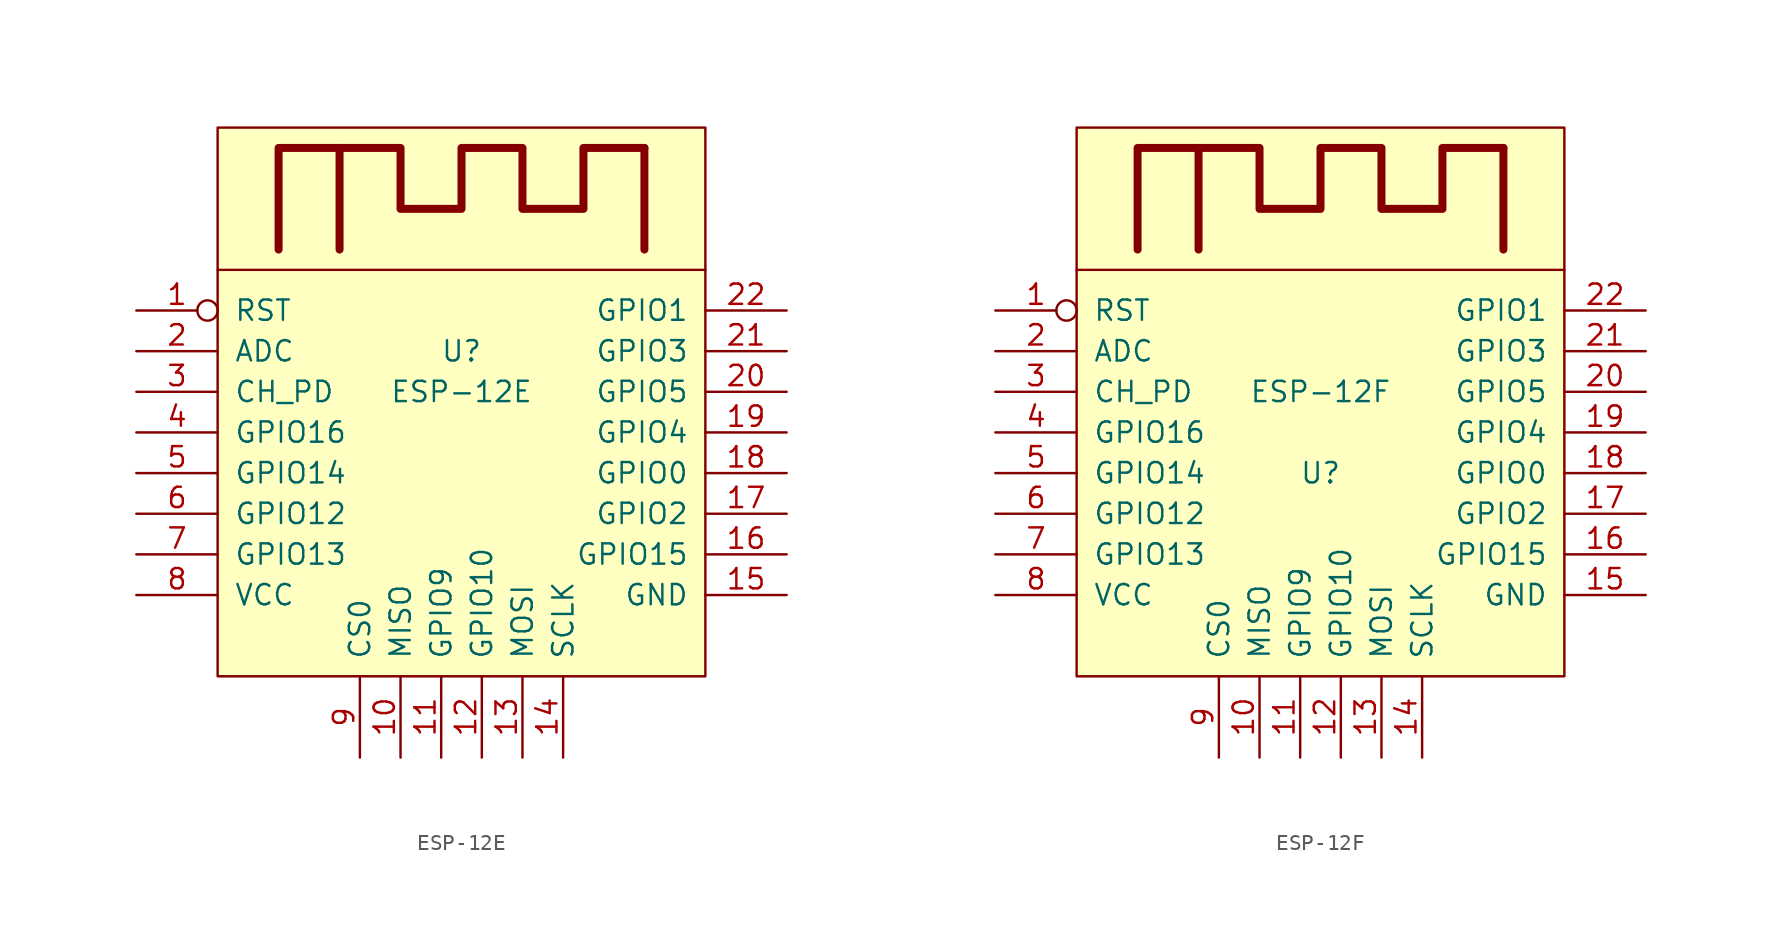
<source format=kicad_sym>
(kicad_symbol_lib
  (version 20211014)
  (generator kicad_symbol_editor)
  (symbol "ESP-12E"
    (pin_names
      (offset 1.016))
    (property "Reference" "U"
      (at 0 5.08 0)
      (effects (font (size 1.27 1.27))))
    (property "Value" "ESP-12E"
      (at 0 2.54 0)
      (effects (font (size 1.27 1.27))))
    (symbol "ESP-12E_0_1"
      (polyline (pts (xy -15.24 10.16) (xy 15.24 10.16)) (stroke (width 0.152) (type default)) (fill (type none)))
      (polyline (pts (xy 11.43 17.78) (xy 11.43 11.43)) (stroke (width 0.5) (type default)) (fill (type none)))
      (polyline (pts (xy -11.43 11.43) (xy -11.43 17.78) (xy -7.62 17.78) (xy -7.62 11.43)) (stroke (width 0.5) (type default)) (fill (type none)))
      (polyline (pts (xy -7.62 17.78) (xy -3.81 17.78) (xy -3.81 13.97) (xy 0 13.97) (xy 0 17.78) (xy 3.81 17.78) (xy 3.81 13.97) (xy 7.62 13.97) (xy 7.62 17.78) (xy 11.43 17.78)) (stroke (width 0.5) (type default)) (fill (type none))))
    (symbol "ESP-12E_1_0"
      (rectangle (start -15.24 19.05) (end 15.24 -15.24) (stroke (width 0) (type default)) (fill (type background))))
    (symbol "ESP-12E_1_1"
      (pin input inverted (at -20.32 7.62 0) (length 5.08) (name "RST" (effects (font (size 1.27 1.27)))) (number "1" (effects (font (size 1.27 1.27)))))
      (pin bidirectional line (at -3.81 -20.32 90) (length 5.08) (name "MISO" (effects (font (size 1.27 1.27)))) (number "10" (effects (font (size 1.27 1.27)))))
      (pin bidirectional line (at -1.27 -20.32 90) (length 5.08) (name "GPIO9" (effects (font (size 1.27 1.27)))) (number "11" (effects (font (size 1.27 1.27)))))
      (pin bidirectional line (at 1.27 -20.32 90) (length 5.08) (name "GPIO10" (effects (font (size 1.27 1.27)))) (number "12" (effects (font (size 1.27 1.27)))))
      (pin bidirectional line (at 3.81 -20.32 90) (length 5.08) (name "MOSI" (effects (font (size 1.27 1.27)))) (number "13" (effects (font (size 1.27 1.27)))))
      (pin bidirectional line (at 6.35 -20.32 90) (length 5.08) (name "SCLK" (effects (font (size 1.27 1.27)))) (number "14" (effects (font (size 1.27 1.27)))))
      (pin power_in line (at 20.32 -10.16 180) (length 5.08) (name "GND" (effects (font (size 1.27 1.27)))) (number "15" (effects (font (size 1.27 1.27)))))
      (pin bidirectional line (at 20.32 -7.62 180) (length 5.08) (name "GPIO15" (effects (font (size 1.27 1.27)))) (number "16" (effects (font (size 1.27 1.27)))) (alternate "HSPI_CS" bidirectional line) (alternate "MTDO" bidirectional line) (alternate "UART0_RTS" input line))
      (pin bidirectional line (at 20.32 -5.08 180) (length 5.08) (name "GPIO2" (effects (font (size 1.27 1.27)))) (number "17" (effects (font (size 1.27 1.27)))) (alternate "UART1_TXD" output line))
      (pin bidirectional line (at 20.32 -2.54 180) (length 5.08) (name "GPIO0" (effects (font (size 1.27 1.27)))) (number "18" (effects (font (size 1.27 1.27)))) (alternate "HSPI_MISO" input line) (alternate "I2SI_DATA" bidirectional line))
      (pin bidirectional line (at 20.32 0 180) (length 5.08) (name "GPIO4" (effects (font (size 1.27 1.27)))) (number "19" (effects (font (size 1.27 1.27)))) (alternate "SDA" bidirectional line))
      (pin passive line (at -20.32 5.08 0) (length 5.08) (name "ADC" (effects (font (size 1.27 1.27)))) (number "2" (effects (font (size 1.27 1.27)))))
      (pin bidirectional line (at 20.32 2.54 180) (length 5.08) (name "GPIO5" (effects (font (size 1.27 1.27)))) (number "20" (effects (font (size 1.27 1.27)))) (alternate "IR_R" output line) (alternate "SCL" input line))
      (pin input line (at 20.32 5.08 180) (length 5.08) (name "GPIO3" (effects (font (size 1.27 1.27)))) (number "21" (effects (font (size 1.27 1.27)))) (alternate "UART0_RXD" input line))
      (pin output line (at 20.32 7.62 180) (length 5.08) (name "GPIO1" (effects (font (size 1.27 1.27)))) (number "22" (effects (font (size 1.27 1.27)))) (alternate "UART0_TXD" output line))
      (pin input line (at -20.32 2.54 0) (length 5.08) (name "CH_PD" (effects (font (size 1.27 1.27)))) (number "3" (effects (font (size 1.27 1.27)))))
      (pin bidirectional line (at -20.32 0 0) (length 5.08) (name "GPIO16" (effects (font (size 1.27 1.27)))) (number "4" (effects (font (size 1.27 1.27)))) (alternate "WAKE" input line))
      (pin bidirectional line (at -20.32 -2.54 0) (length 5.08) (name "GPIO14" (effects (font (size 1.27 1.27)))) (number "5" (effects (font (size 1.27 1.27)))) (alternate "HSPI_CLK" output line))
      (pin bidirectional line (at -20.32 -5.08 0) (length 5.08) (name "GPIO12" (effects (font (size 1.27 1.27)))) (number "6" (effects (font (size 1.27 1.27)))) (alternate "HSPI_MISO" input line))
      (pin bidirectional line (at -20.32 -7.62 0) (length 5.08) (name "GPIO13" (effects (font (size 1.27 1.27)))) (number "7" (effects (font (size 1.27 1.27)))) (alternate "HSPI_MOSI" output line) (alternate "UART0_CTS" output line))
      (pin power_in line (at -20.32 -10.16 0) (length 5.08) (name "VCC" (effects (font (size 1.27 1.27)))) (number "8" (effects (font (size 1.27 1.27)))))
      (pin bidirectional line (at -6.35 -20.32 90) (length 5.08) (name "CS0" (effects (font (size 1.27 1.27)))) (number "9" (effects (font (size 1.27 1.27)))))))
  (symbol "ESP-12F"
    (pin_names
      (offset 1.016))
    (property "Reference" "U"
      (at 0 -2.54 0)
      (effects (font (size 1.27 1.27))))
    (property "Value" "ESP-12F"
      (at 0 2.54 0)
      (effects (font (size 1.27 1.27))))
    (symbol "ESP-12F_0_1"
      (polyline (pts (xy -15.24 10.16) (xy 15.24 10.16)) (stroke (width 0.152) (type default)) (fill (type none)))
      (polyline (pts (xy 11.43 17.78) (xy 11.43 11.43)) (stroke (width 0.5) (type default)) (fill (type none)))
      (polyline (pts (xy -11.43 11.43) (xy -11.43 17.78) (xy -7.62 17.78) (xy -7.62 11.43)) (stroke (width 0.5) (type default)) (fill (type none)))
      (polyline (pts (xy -7.62 17.78) (xy -3.81 17.78) (xy -3.81 13.97) (xy 0 13.97) (xy 0 17.78) (xy 3.81 17.78) (xy 3.81 13.97) (xy 7.62 13.97) (xy 7.62 17.78) (xy 11.43 17.78)) (stroke (width 0.5) (type default)) (fill (type none))))
    (symbol "ESP-12F_1_0"
      (rectangle (start -15.24 19.05) (end 15.24 -15.24) (stroke (width 0) (type default)) (fill (type background))))
    (symbol "ESP-12F_1_1"
      (pin input inverted (at -20.32 7.62 0) (length 5.08) (name "RST" (effects (font (size 1.27 1.27)))) (number "1" (effects (font (size 1.27 1.27)))))
      (pin bidirectional line (at -3.81 -20.32 90) (length 5.08) (name "MISO" (effects (font (size 1.27 1.27)))) (number "10" (effects (font (size 1.27 1.27)))))
      (pin bidirectional line (at -1.27 -20.32 90) (length 5.08) (name "GPIO9" (effects (font (size 1.27 1.27)))) (number "11" (effects (font (size 1.27 1.27)))))
      (pin bidirectional line (at 1.27 -20.32 90) (length 5.08) (name "GPIO10" (effects (font (size 1.27 1.27)))) (number "12" (effects (font (size 1.27 1.27)))))
      (pin bidirectional line (at 3.81 -20.32 90) (length 5.08) (name "MOSI" (effects (font (size 1.27 1.27)))) (number "13" (effects (font (size 1.27 1.27)))))
      (pin bidirectional line (at 6.35 -20.32 90) (length 5.08) (name "SCLK" (effects (font (size 1.27 1.27)))) (number "14" (effects (font (size 1.27 1.27)))))
      (pin power_in line (at 20.32 -10.16 180) (length 5.08) (name "GND" (effects (font (size 1.27 1.27)))) (number "15" (effects (font (size 1.27 1.27)))))
      (pin bidirectional line (at 20.32 -7.62 180) (length 5.08) (name "GPIO15" (effects (font (size 1.27 1.27)))) (number "16" (effects (font (size 1.27 1.27)))) (alternate "HSPI_CS" bidirectional line) (alternate "MTDO" bidirectional line) (alternate "UART0_RTS" input line))
      (pin bidirectional line (at 20.32 -5.08 180) (length 5.08) (name "GPIO2" (effects (font (size 1.27 1.27)))) (number "17" (effects (font (size 1.27 1.27)))) (alternate "UART1_TXD" output line))
      (pin bidirectional line (at 20.32 -2.54 180) (length 5.08) (name "GPIO0" (effects (font (size 1.27 1.27)))) (number "18" (effects (font (size 1.27 1.27)))) (alternate "HSPI_MISO" input line) (alternate "I2SI_DATA" bidirectional line))
      (pin bidirectional line (at 20.32 0 180) (length 5.08) (name "GPIO4" (effects (font (size 1.27 1.27)))) (number "19" (effects (font (size 1.27 1.27)))) (alternate "SDA" bidirectional line))
      (pin passive line (at -20.32 5.08 0) (length 5.08) (name "ADC" (effects (font (size 1.27 1.27)))) (number "2" (effects (font (size 1.27 1.27)))))
      (pin bidirectional line (at 20.32 2.54 180) (length 5.08) (name "GPIO5" (effects (font (size 1.27 1.27)))) (number "20" (effects (font (size 1.27 1.27)))) (alternate "IR_R" output line) (alternate "SCL" input line))
      (pin input line (at 20.32 5.08 180) (length 5.08) (name "GPIO3" (effects (font (size 1.27 1.27)))) (number "21" (effects (font (size 1.27 1.27)))) (alternate "UART0_RXD" input line))
      (pin output line (at 20.32 7.62 180) (length 5.08) (name "GPIO1" (effects (font (size 1.27 1.27)))) (number "22" (effects (font (size 1.27 1.27)))) (alternate "UART0_TXD" output line))
      (pin input line (at -20.32 2.54 0) (length 5.08) (name "CH_PD" (effects (font (size 1.27 1.27)))) (number "3" (effects (font (size 1.27 1.27)))))
      (pin bidirectional line (at -20.32 0 0) (length 5.08) (name "GPIO16" (effects (font (size 1.27 1.27)))) (number "4" (effects (font (size 1.27 1.27)))) (alternate "WAKE" input line))
      (pin bidirectional line (at -20.32 -2.54 0) (length 5.08) (name "GPIO14" (effects (font (size 1.27 1.27)))) (number "5" (effects (font (size 1.27 1.27)))) (alternate "HSPI_CLK" output line))
      (pin bidirectional line (at -20.32 -5.08 0) (length 5.08) (name "GPIO12" (effects (font (size 1.27 1.27)))) (number "6" (effects (font (size 1.27 1.27)))) (alternate "HSPI_MISO" input line))
      (pin bidirectional line (at -20.32 -7.62 0) (length 5.08) (name "GPIO13" (effects (font (size 1.27 1.27)))) (number "7" (effects (font (size 1.27 1.27)))) (alternate "HSPI_MOSI" output line) (alternate "UART0_CTS" output line))
      (pin power_in line (at -20.32 -10.16 0) (length 5.08) (name "VCC" (effects (font (size 1.27 1.27)))) (number "8" (effects (font (size 1.27 1.27)))))
      (pin bidirectional line (at -6.35 -20.32 90) (length 5.08) (name "CS0" (effects (font (size 1.27 1.27)))) (number "9" (effects (font (size 1.27 1.27))))))))
</source>
